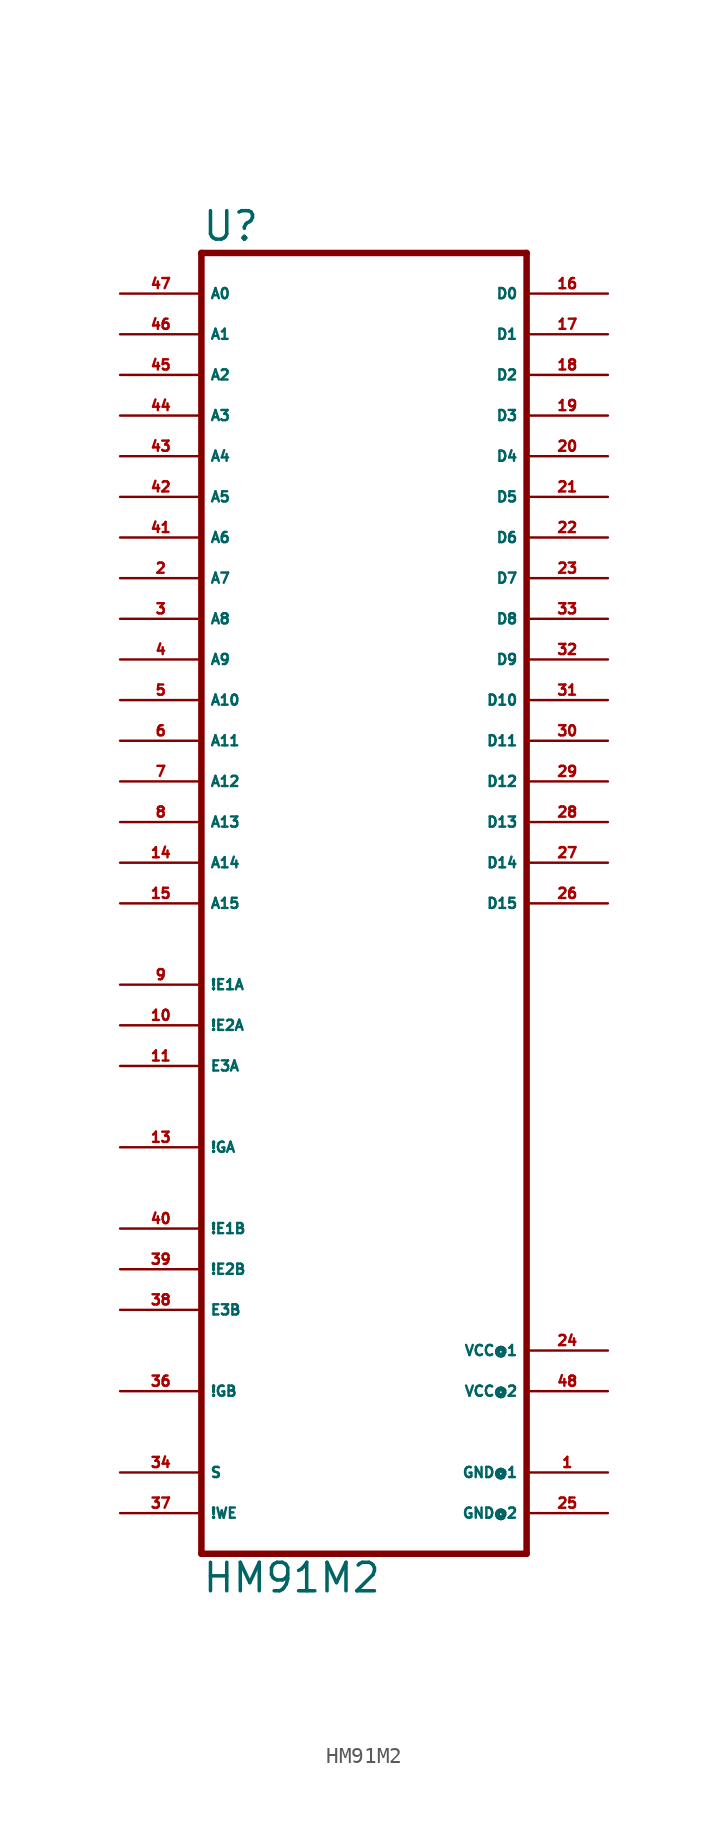
<source format=kicad_sym>
(kicad_symbol_lib
  (version 20220914)
  (generator Eagle2Kicad)
  (symbol "HM91M2"
    (property "Reference" "U"
      (at -10.16 38.735 0)
      (effects (font (size 1.778 1.778) (thickness 0.22)) (justify left bottom)))
    (property "Value" "HM91M2"
      (at -10.16 -45.72 0)
      (effects (font (size 1.778 1.778) (thickness 0.22)) (justify left bottom)))
    (polyline
      (pts (xy -10.16 -43.18) (xy 10.16 -43.18))
      (stroke (width 0.406) (type default))
      (fill (type none)))
    (polyline
      (pts (xy 10.16 -43.18) (xy 10.16 38.1))
      (stroke (width 0.406) (type default))
      (fill (type none)))
    (polyline
      (pts (xy 10.16 38.1) (xy -10.16 38.1))
      (stroke (width 0.406) (type default))
      (fill (type none)))
    (polyline
      (pts (xy -10.16 38.1) (xy -10.16 -43.18))
      (stroke (width 0.406) (type default))
      (fill (type none)))
    (pin input line
      (at -15.24 17.78 0)
      (length 5.08)
      (name "A7" (effects (font (size 0.635 0.635) (thickness 0.08)) (justify left bottom)))
      (number "2" (effects (font (size 0.635 0.635) (thickness 0.08)) (justify left bottom))))
    (pin input line
      (at -15.24 15.24 0)
      (length 5.08)
      (name "A8" (effects (font (size 0.635 0.635) (thickness 0.08)) (justify left bottom)))
      (number "3" (effects (font (size 0.635 0.635) (thickness 0.08)) (justify left bottom))))
    (pin input line
      (at -15.24 12.7 0)
      (length 5.08)
      (name "A9" (effects (font (size 0.635 0.635) (thickness 0.08)) (justify left bottom)))
      (number "4" (effects (font (size 0.635 0.635) (thickness 0.08)) (justify left bottom))))
    (pin input line
      (at -15.24 10.16 0)
      (length 5.08)
      (name "A10" (effects (font (size 0.635 0.635) (thickness 0.08)) (justify left bottom)))
      (number "5" (effects (font (size 0.635 0.635) (thickness 0.08)) (justify left bottom))))
    (pin input line
      (at -15.24 7.62 0)
      (length 5.08)
      (name "A11" (effects (font (size 0.635 0.635) (thickness 0.08)) (justify left bottom)))
      (number "6" (effects (font (size 0.635 0.635) (thickness 0.08)) (justify left bottom))))
    (pin input line
      (at -15.24 5.08 0)
      (length 5.08)
      (name "A12" (effects (font (size 0.635 0.635) (thickness 0.08)) (justify left bottom)))
      (number "7" (effects (font (size 0.635 0.635) (thickness 0.08)) (justify left bottom))))
    (pin input line
      (at -15.24 2.54 0)
      (length 5.08)
      (name "A13" (effects (font (size 0.635 0.635) (thickness 0.08)) (justify left bottom)))
      (number "8" (effects (font (size 0.635 0.635) (thickness 0.08)) (justify left bottom))))
    (pin input line
      (at -15.24 -7.62 0)
      (length 5.08)
      (name "!E1A" (effects (font (size 0.635 0.635) (thickness 0.08)) (justify left bottom)))
      (number "9" (effects (font (size 0.635 0.635) (thickness 0.08)) (justify left bottom))))
    (pin input line
      (at -15.24 -10.16 0)
      (length 5.08)
      (name "!E2A" (effects (font (size 0.635 0.635) (thickness 0.08)) (justify left bottom)))
      (number "10" (effects (font (size 0.635 0.635) (thickness 0.08)) (justify left bottom))))
    (pin input line
      (at -15.24 -12.7 0)
      (length 5.08)
      (name "E3A" (effects (font (size 0.635 0.635) (thickness 0.08)) (justify left bottom)))
      (number "11" (effects (font (size 0.635 0.635) (thickness 0.08)) (justify left bottom))))
    (pin input line
      (at -15.24 -17.78 0)
      (length 5.08)
      (name "!GA" (effects (font (size 0.635 0.635) (thickness 0.08)) (justify left bottom)))
      (number "13" (effects (font (size 0.635 0.635) (thickness 0.08)) (justify left bottom))))
    (pin input line
      (at -15.24 0 0)
      (length 5.08)
      (name "A14" (effects (font (size 0.635 0.635) (thickness 0.08)) (justify left bottom)))
      (number "14" (effects (font (size 0.635 0.635) (thickness 0.08)) (justify left bottom))))
    (pin input line
      (at -15.24 -2.54 0)
      (length 5.08)
      (name "A15" (effects (font (size 0.635 0.635) (thickness 0.08)) (justify left bottom)))
      (number "15" (effects (font (size 0.635 0.635) (thickness 0.08)) (justify left bottom))))
    (pin bidirectional line
      (at 15.24 35.56 180)
      (length 5.08)
      (name "D0" (effects (font (size 0.635 0.635) (thickness 0.08)) (justify left bottom)))
      (number "16" (effects (font (size 0.635 0.635) (thickness 0.08)) (justify left bottom))))
    (pin bidirectional line
      (at 15.24 33.02 180)
      (length 5.08)
      (name "D1" (effects (font (size 0.635 0.635) (thickness 0.08)) (justify left bottom)))
      (number "17" (effects (font (size 0.635 0.635) (thickness 0.08)) (justify left bottom))))
    (pin bidirectional line
      (at 15.24 30.48 180)
      (length 5.08)
      (name "D2" (effects (font (size 0.635 0.635) (thickness 0.08)) (justify left bottom)))
      (number "18" (effects (font (size 0.635 0.635) (thickness 0.08)) (justify left bottom))))
    (pin bidirectional line
      (at 15.24 27.94 180)
      (length 5.08)
      (name "D3" (effects (font (size 0.635 0.635) (thickness 0.08)) (justify left bottom)))
      (number "19" (effects (font (size 0.635 0.635) (thickness 0.08)) (justify left bottom))))
    (pin bidirectional line
      (at 15.24 25.4 180)
      (length 5.08)
      (name "D4" (effects (font (size 0.635 0.635) (thickness 0.08)) (justify left bottom)))
      (number "20" (effects (font (size 0.635 0.635) (thickness 0.08)) (justify left bottom))))
    (pin bidirectional line
      (at 15.24 22.86 180)
      (length 5.08)
      (name "D5" (effects (font (size 0.635 0.635) (thickness 0.08)) (justify left bottom)))
      (number "21" (effects (font (size 0.635 0.635) (thickness 0.08)) (justify left bottom))))
    (pin bidirectional line
      (at 15.24 20.32 180)
      (length 5.08)
      (name "D6" (effects (font (size 0.635 0.635) (thickness 0.08)) (justify left bottom)))
      (number "22" (effects (font (size 0.635 0.635) (thickness 0.08)) (justify left bottom))))
    (pin bidirectional line
      (at 15.24 17.78 180)
      (length 5.08)
      (name "D7" (effects (font (size 0.635 0.635) (thickness 0.08)) (justify left bottom)))
      (number "23" (effects (font (size 0.635 0.635) (thickness 0.08)) (justify left bottom))))
    (pin bidirectional line
      (at 15.24 -2.54 180)
      (length 5.08)
      (name "D15" (effects (font (size 0.635 0.635) (thickness 0.08)) (justify left bottom)))
      (number "26" (effects (font (size 0.635 0.635) (thickness 0.08)) (justify left bottom))))
    (pin bidirectional line
      (at 15.24 0 180)
      (length 5.08)
      (name "D14" (effects (font (size 0.635 0.635) (thickness 0.08)) (justify left bottom)))
      (number "27" (effects (font (size 0.635 0.635) (thickness 0.08)) (justify left bottom))))
    (pin bidirectional line
      (at 15.24 2.54 180)
      (length 5.08)
      (name "D13" (effects (font (size 0.635 0.635) (thickness 0.08)) (justify left bottom)))
      (number "28" (effects (font (size 0.635 0.635) (thickness 0.08)) (justify left bottom))))
    (pin bidirectional line
      (at 15.24 5.08 180)
      (length 5.08)
      (name "D12" (effects (font (size 0.635 0.635) (thickness 0.08)) (justify left bottom)))
      (number "29" (effects (font (size 0.635 0.635) (thickness 0.08)) (justify left bottom))))
    (pin bidirectional line
      (at 15.24 7.62 180)
      (length 5.08)
      (name "D11" (effects (font (size 0.635 0.635) (thickness 0.08)) (justify left bottom)))
      (number "30" (effects (font (size 0.635 0.635) (thickness 0.08)) (justify left bottom))))
    (pin bidirectional line
      (at 15.24 10.16 180)
      (length 5.08)
      (name "D10" (effects (font (size 0.635 0.635) (thickness 0.08)) (justify left bottom)))
      (number "31" (effects (font (size 0.635 0.635) (thickness 0.08)) (justify left bottom))))
    (pin bidirectional line
      (at 15.24 12.7 180)
      (length 5.08)
      (name "D9" (effects (font (size 0.635 0.635) (thickness 0.08)) (justify left bottom)))
      (number "32" (effects (font (size 0.635 0.635) (thickness 0.08)) (justify left bottom))))
    (pin bidirectional line
      (at 15.24 15.24 180)
      (length 5.08)
      (name "D8" (effects (font (size 0.635 0.635) (thickness 0.08)) (justify left bottom)))
      (number "33" (effects (font (size 0.635 0.635) (thickness 0.08)) (justify left bottom))))
    (pin input line
      (at -15.24 -38.1 0)
      (length 5.08)
      (name "S" (effects (font (size 0.635 0.635) (thickness 0.08)) (justify left bottom)))
      (number "34" (effects (font (size 0.635 0.635) (thickness 0.08)) (justify left bottom))))
    (pin input line
      (at -15.24 -33.02 0)
      (length 5.08)
      (name "!GB" (effects (font (size 0.635 0.635) (thickness 0.08)) (justify left bottom)))
      (number "36" (effects (font (size 0.635 0.635) (thickness 0.08)) (justify left bottom))))
    (pin input line
      (at -15.24 -40.64 0)
      (length 5.08)
      (name "!WE" (effects (font (size 0.635 0.635) (thickness 0.08)) (justify left bottom)))
      (number "37" (effects (font (size 0.635 0.635) (thickness 0.08)) (justify left bottom))))
    (pin input line
      (at -15.24 -27.94 0)
      (length 5.08)
      (name "E3B" (effects (font (size 0.635 0.635) (thickness 0.08)) (justify left bottom)))
      (number "38" (effects (font (size 0.635 0.635) (thickness 0.08)) (justify left bottom))))
    (pin input line
      (at -15.24 -25.4 0)
      (length 5.08)
      (name "!E2B" (effects (font (size 0.635 0.635) (thickness 0.08)) (justify left bottom)))
      (number "39" (effects (font (size 0.635 0.635) (thickness 0.08)) (justify left bottom))))
    (pin input line
      (at -15.24 -22.86 0)
      (length 5.08)
      (name "!E1B" (effects (font (size 0.635 0.635) (thickness 0.08)) (justify left bottom)))
      (number "40" (effects (font (size 0.635 0.635) (thickness 0.08)) (justify left bottom))))
    (pin input line
      (at -15.24 20.32 0)
      (length 5.08)
      (name "A6" (effects (font (size 0.635 0.635) (thickness 0.08)) (justify left bottom)))
      (number "41" (effects (font (size 0.635 0.635) (thickness 0.08)) (justify left bottom))))
    (pin input line
      (at -15.24 22.86 0)
      (length 5.08)
      (name "A5" (effects (font (size 0.635 0.635) (thickness 0.08)) (justify left bottom)))
      (number "42" (effects (font (size 0.635 0.635) (thickness 0.08)) (justify left bottom))))
    (pin input line
      (at -15.24 25.4 0)
      (length 5.08)
      (name "A4" (effects (font (size 0.635 0.635) (thickness 0.08)) (justify left bottom)))
      (number "43" (effects (font (size 0.635 0.635) (thickness 0.08)) (justify left bottom))))
    (pin input line
      (at -15.24 27.94 0)
      (length 5.08)
      (name "A3" (effects (font (size 0.635 0.635) (thickness 0.08)) (justify left bottom)))
      (number "44" (effects (font (size 0.635 0.635) (thickness 0.08)) (justify left bottom))))
    (pin input line
      (at -15.24 30.48 0)
      (length 5.08)
      (name "A2" (effects (font (size 0.635 0.635) (thickness 0.08)) (justify left bottom)))
      (number "45" (effects (font (size 0.635 0.635) (thickness 0.08)) (justify left bottom))))
    (pin input line
      (at -15.24 33.02 0)
      (length 5.08)
      (name "A1" (effects (font (size 0.635 0.635) (thickness 0.08)) (justify left bottom)))
      (number "46" (effects (font (size 0.635 0.635) (thickness 0.08)) (justify left bottom))))
    (pin input line
      (at -15.24 35.56 0)
      (length 5.08)
      (name "A0" (effects (font (size 0.635 0.635) (thickness 0.08)) (justify left bottom)))
      (number "47" (effects (font (size 0.635 0.635) (thickness 0.08)) (justify left bottom))))
    (pin unspecified line
      (at 15.24 -30.48 180)
      (length 5.08)
      (name "VCC@1" (effects (font (size 0.635 0.635) (thickness 0.08)) (justify left bottom)))
      (number "24" (effects (font (size 0.635 0.635) (thickness 0.08)) (justify left bottom))))
    (pin unspecified line
      (at 15.24 -33.02 180)
      (length 5.08)
      (name "VCC@2" (effects (font (size 0.635 0.635) (thickness 0.08)) (justify left bottom)))
      (number "48" (effects (font (size 0.635 0.635) (thickness 0.08)) (justify left bottom))))
    (pin unspecified line
      (at 15.24 -38.1 180)
      (length 5.08)
      (name "GND@1" (effects (font (size 0.635 0.635) (thickness 0.08)) (justify left bottom)))
      (number "1" (effects (font (size 0.635 0.635) (thickness 0.08)) (justify left bottom))))
    (pin unspecified line
      (at 15.24 -40.64 180)
      (length 5.08)
      (name "GND@2" (effects (font (size 0.635 0.635) (thickness 0.08)) (justify left bottom)))
      (number "25" (effects (font (size 0.635 0.635) (thickness 0.08)) (justify left bottom))))))
</source>
